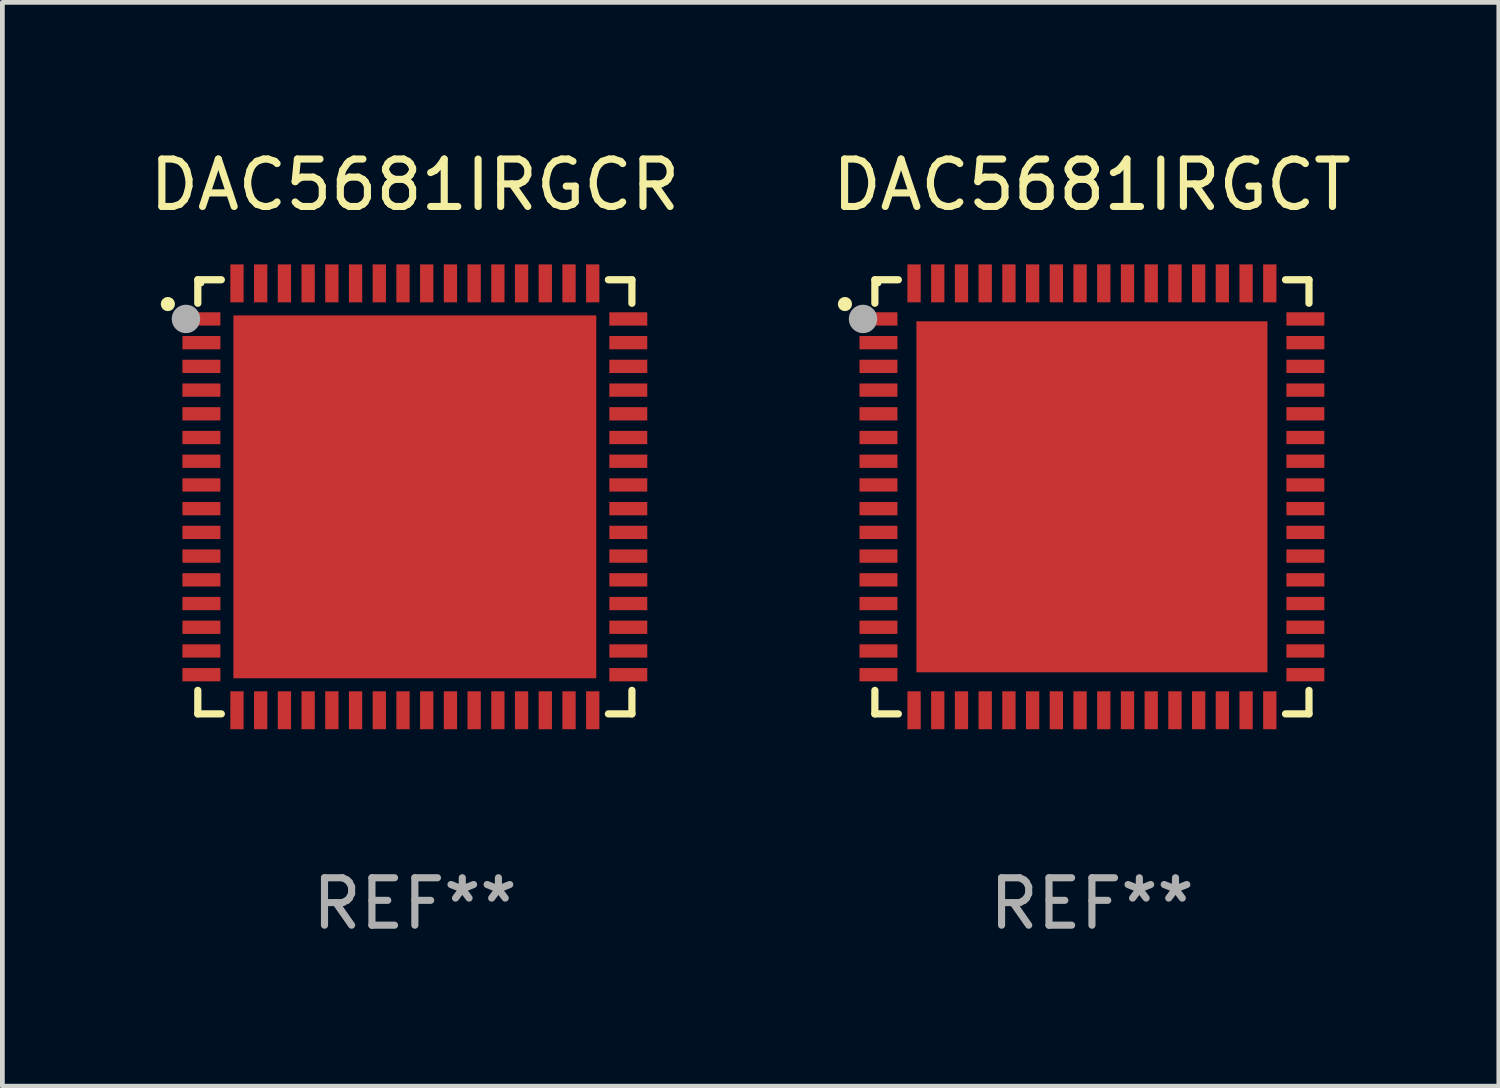
<source format=kicad_pcb>
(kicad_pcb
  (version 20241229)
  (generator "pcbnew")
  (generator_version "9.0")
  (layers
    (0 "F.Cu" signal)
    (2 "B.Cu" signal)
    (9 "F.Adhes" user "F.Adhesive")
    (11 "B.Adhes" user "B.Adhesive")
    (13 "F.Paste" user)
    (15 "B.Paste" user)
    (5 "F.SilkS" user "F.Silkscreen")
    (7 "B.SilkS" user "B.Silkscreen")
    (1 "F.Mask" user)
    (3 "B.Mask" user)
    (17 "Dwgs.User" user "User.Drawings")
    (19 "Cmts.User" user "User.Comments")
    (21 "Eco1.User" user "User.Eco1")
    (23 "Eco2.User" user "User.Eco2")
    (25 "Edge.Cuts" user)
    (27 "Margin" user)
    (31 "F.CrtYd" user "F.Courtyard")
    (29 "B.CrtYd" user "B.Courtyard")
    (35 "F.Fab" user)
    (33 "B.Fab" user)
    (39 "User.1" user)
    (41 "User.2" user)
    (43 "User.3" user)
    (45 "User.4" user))
  (footprint "DAC5681IRGCT"
    (layer "F.Cu")
    (at 19.97 7.424)
    (property "Reference" "DAC5681IRGCT" (at 0 -6.576 0) (layer "F.SilkS") (effects (font (size 1 1) (thickness 0.15))))
    (attr through_hole)
    (fp_line (start -4.576 -4.576) (end -4.576 -4.081) (stroke (width 0.152) (type solid)) (layer "F.SilkS"))
    (fp_line (start -4.576 4.576) (end -4.576 4.081) (stroke (width 0.152) (type solid)) (layer "F.SilkS"))
    (fp_line (start -4.081 -4.576) (end -4.576 -4.576) (stroke (width 0.152) (type solid)) (layer "F.SilkS"))
    (fp_line (start -4.081 4.576) (end -4.576 4.576) (stroke (width 0.152) (type solid)) (layer "F.SilkS"))
    (fp_line (start 4.081 -4.576) (end 4.576 -4.576) (stroke (width 0.152) (type solid)) (layer "F.SilkS"))
    (fp_line (start 4.081 4.576) (end 4.576 4.576) (stroke (width 0.152) (type solid)) (layer "F.SilkS"))
    (fp_line (start 4.576 -4.576) (end 4.576 -4.081) (stroke (width 0.152) (type solid)) (layer "F.SilkS"))
    (fp_line (start 4.576 4.576) (end 4.576 4.081) (stroke (width 0.152) (type solid)) (layer "F.SilkS"))
    (fp_circle (center -5.207 -4.064) (end -5.132 -4.064) (stroke (width 0.15) (type solid)) (fill no) (layer "F.SilkS"))
    (fp_circle (center -4.5 -4.5) (end -4.47 -4.5) (stroke (width 0.06) (type solid)) (fill no) (layer "F.SilkS"))
    (fp_circle (center -4.826 -3.75) (end -4.676 -3.75) (stroke (width 0.3) (type solid)) (fill no) (layer "F.Fab"))
    (fp_text user "REF**" (at 0 8.576 0) (layer "F.Fab") (effects (font (size 1 1) (thickness 0.15))))
    (pad "1" smd rect (at -4.5 -3.75) (size 0.8 0.28) (layers "F.Cu" "F.Mask" "F.Paste"))
    (pad "2" smd rect (at -4.5 -3.25) (size 0.8 0.28) (layers "F.Cu" "F.Mask" "F.Paste"))
    (pad "3" smd rect (at -4.5 -2.75) (size 0.8 0.28) (layers "F.Cu" "F.Mask" "F.Paste"))
    (pad "4" smd rect (at -4.5 -2.25) (size 0.8 0.28) (layers "F.Cu" "F.Mask" "F.Paste"))
    (pad "5" smd rect (at -4.5 -1.75) (size 0.8 0.28) (layers "F.Cu" "F.Mask" "F.Paste"))
    (pad "6" smd rect (at -4.5 -1.25) (size 0.8 0.28) (layers "F.Cu" "F.Mask" "F.Paste"))
    (pad "7" smd rect (at -4.5 -0.75) (size 0.8 0.28) (layers "F.Cu" "F.Mask" "F.Paste"))
    (pad "8" smd rect (at -4.5 -0.25) (size 0.8 0.28) (layers "F.Cu" "F.Mask" "F.Paste"))
    (pad "9" smd rect (at -4.5 0.25) (size 0.8 0.28) (layers "F.Cu" "F.Mask" "F.Paste"))
    (pad "10" smd rect (at -4.5 0.75) (size 0.8 0.28) (layers "F.Cu" "F.Mask" "F.Paste"))
    (pad "11" smd rect (at -4.5 1.25) (size 0.8 0.28) (layers "F.Cu" "F.Mask" "F.Paste"))
    (pad "12" smd rect (at -4.5 1.75) (size 0.8 0.28) (layers "F.Cu" "F.Mask" "F.Paste"))
    (pad "13" smd rect (at -4.5 2.25) (size 0.8 0.28) (layers "F.Cu" "F.Mask" "F.Paste"))
    (pad "14" smd rect (at -4.5 2.75) (size 0.8 0.28) (layers "F.Cu" "F.Mask" "F.Paste"))
    (pad "15" smd rect (at -4.5 3.25) (size 0.8 0.28) (layers "F.Cu" "F.Mask" "F.Paste"))
    (pad "16" smd rect (at -4.5 3.75) (size 0.8 0.28) (layers "F.Cu" "F.Mask" "F.Paste"))
    (pad "17" smd rect (at -3.75 4.5) (size 0.28 0.8) (layers "F.Cu" "F.Mask" "F.Paste"))
    (pad "18" smd rect (at -3.25 4.5) (size 0.28 0.8) (layers "F.Cu" "F.Mask" "F.Paste"))
    (pad "19" smd rect (at -2.75 4.5) (size 0.28 0.8) (layers "F.Cu" "F.Mask" "F.Paste"))
    (pad "20" smd rect (at -2.25 4.5) (size 0.28 0.8) (layers "F.Cu" "F.Mask" "F.Paste"))
    (pad "21" smd rect (at -1.75 4.5) (size 0.28 0.8) (layers "F.Cu" "F.Mask" "F.Paste"))
    (pad "22" smd rect (at -1.25 4.5) (size 0.28 0.8) (layers "F.Cu" "F.Mask" "F.Paste"))
    (pad "23" smd rect (at -0.75 4.5) (size 0.28 0.8) (layers "F.Cu" "F.Mask" "F.Paste"))
    (pad "24" smd rect (at -0.25 4.5) (size 0.28 0.8) (layers "F.Cu" "F.Mask" "F.Paste"))
    (pad "25" smd rect (at 0.25 4.5) (size 0.28 0.8) (layers "F.Cu" "F.Mask" "F.Paste"))
    (pad "26" smd rect (at 0.75 4.5) (size 0.28 0.8) (layers "F.Cu" "F.Mask" "F.Paste"))
    (pad "27" smd rect (at 1.25 4.5) (size 0.28 0.8) (layers "F.Cu" "F.Mask" "F.Paste"))
    (pad "28" smd rect (at 1.75 4.5) (size 0.28 0.8) (layers "F.Cu" "F.Mask" "F.Paste"))
    (pad "29" smd rect (at 2.25 4.5) (size 0.28 0.8) (layers "F.Cu" "F.Mask" "F.Paste"))
    (pad "30" smd rect (at 2.75 4.5) (size 0.28 0.8) (layers "F.Cu" "F.Mask" "F.Paste"))
    (pad "31" smd rect (at 3.25 4.5) (size 0.28 0.8) (layers "F.Cu" "F.Mask" "F.Paste"))
    (pad "32" smd rect (at 3.75 4.5) (size 0.28 0.8) (layers "F.Cu" "F.Mask" "F.Paste"))
    (pad "33" smd rect (at 4.5 3.75) (size 0.8 0.28) (layers "F.Cu" "F.Mask" "F.Paste"))
    (pad "34" smd rect (at 4.5 3.25) (size 0.8 0.28) (layers "F.Cu" "F.Mask" "F.Paste"))
    (pad "35" smd rect (at 4.5 2.75) (size 0.8 0.28) (layers "F.Cu" "F.Mask" "F.Paste"))
    (pad "36" smd rect (at 4.5 2.25) (size 0.8 0.28) (layers "F.Cu" "F.Mask" "F.Paste"))
    (pad "37" smd rect (at 4.5 1.75) (size 0.8 0.28) (layers "F.Cu" "F.Mask" "F.Paste"))
    (pad "38" smd rect (at 4.5 1.25) (size 0.8 0.28) (layers "F.Cu" "F.Mask" "F.Paste"))
    (pad "39" smd rect (at 4.5 0.75) (size 0.8 0.28) (layers "F.Cu" "F.Mask" "F.Paste"))
    (pad "40" smd rect (at 4.5 0.25) (size 0.8 0.28) (layers "F.Cu" "F.Mask" "F.Paste"))
    (pad "41" smd rect (at 4.5 -0.25) (size 0.8 0.28) (layers "F.Cu" "F.Mask" "F.Paste"))
    (pad "42" smd rect (at 4.5 -0.75) (size 0.8 0.28) (layers "F.Cu" "F.Mask" "F.Paste"))
    (pad "43" smd rect (at 4.5 -1.25) (size 0.8 0.28) (layers "F.Cu" "F.Mask" "F.Paste"))
    (pad "44" smd rect (at 4.5 -1.75) (size 0.8 0.28) (layers "F.Cu" "F.Mask" "F.Paste"))
    (pad "45" smd rect (at 4.5 -2.25) (size 0.8 0.28) (layers "F.Cu" "F.Mask" "F.Paste"))
    (pad "46" smd rect (at 4.5 -2.75) (size 0.8 0.28) (layers "F.Cu" "F.Mask" "F.Paste"))
    (pad "47" smd rect (at 4.5 -3.25) (size 0.8 0.28) (layers "F.Cu" "F.Mask" "F.Paste"))
    (pad "48" smd rect (at 4.5 -3.75) (size 0.8 0.28) (layers "F.Cu" "F.Mask" "F.Paste"))
    (pad "49" smd rect (at 3.75 -4.5) (size 0.28 0.8) (layers "F.Cu" "F.Mask" "F.Paste"))
    (pad "50" smd rect (at 3.25 -4.5) (size 0.28 0.8) (layers "F.Cu" "F.Mask" "F.Paste"))
    (pad "51" smd rect (at 2.75 -4.5) (size 0.28 0.8) (layers "F.Cu" "F.Mask" "F.Paste"))
    (pad "52" smd rect (at 2.25 -4.5) (size 0.28 0.8) (layers "F.Cu" "F.Mask" "F.Paste"))
    (pad "53" smd rect (at 1.75 -4.5) (size 0.28 0.8) (layers "F.Cu" "F.Mask" "F.Paste"))
    (pad "54" smd rect (at 1.25 -4.5) (size 0.28 0.8) (layers "F.Cu" "F.Mask" "F.Paste"))
    (pad "55" smd rect (at 0.75 -4.5) (size 0.28 0.8) (layers "F.Cu" "F.Mask" "F.Paste"))
    (pad "56" smd rect (at 0.25 -4.5) (size 0.28 0.8) (layers "F.Cu" "F.Mask" "F.Paste"))
    (pad "57" smd rect (at -0.25 -4.5) (size 0.28 0.8) (layers "F.Cu" "F.Mask" "F.Paste"))
    (pad "58" smd rect (at -0.75 -4.5) (size 0.28 0.8) (layers "F.Cu" "F.Mask" "F.Paste"))
    (pad "59" smd rect (at -1.25 -4.5) (size 0.28 0.8) (layers "F.Cu" "F.Mask" "F.Paste"))
    (pad "60" smd rect (at -1.75 -4.5) (size 0.28 0.8) (layers "F.Cu" "F.Mask" "F.Paste"))
    (pad "61" smd rect (at -2.25 -4.5) (size 0.28 0.8) (layers "F.Cu" "F.Mask" "F.Paste"))
    (pad "62" smd rect (at -2.75 -4.5) (size 0.28 0.8) (layers "F.Cu" "F.Mask" "F.Paste"))
    (pad "63" smd rect (at -3.25 -4.5) (size 0.28 0.8) (layers "F.Cu" "F.Mask" "F.Paste"))
    (pad "64" smd rect (at -3.75 -4.5) (size 0.28 0.8) (layers "F.Cu" "F.Mask" "F.Paste"))
    (pad "65" smd rect (at 0 0) (size 7.4 7.4) (layers "F.Cu" "F.Mask" "F.Paste")))
  (footprint "DAC5681IRGCR"
    (layer "F.Cu")
    (at 5.696 7.424)
    (property "Reference" "DAC5681IRGCR" (at 0 -6.576 0) (layer "F.SilkS") (effects (font (size 1 1) (thickness 0.15))))
    (attr through_hole)
    (fp_line (start -4.576 -4.576) (end -4.576 -4.08) (stroke (width 0.152) (type solid)) (layer "F.SilkS"))
    (fp_line (start -4.576 4.576) (end -4.576 4.08) (stroke (width 0.152) (type solid)) (layer "F.SilkS"))
    (fp_line (start -4.08 -4.576) (end -4.576 -4.576) (stroke (width 0.152) (type solid)) (layer "F.SilkS"))
    (fp_line (start -4.08 4.576) (end -4.576 4.576) (stroke (width 0.152) (type solid)) (layer "F.SilkS"))
    (fp_line (start 4.08 -4.576) (end 4.576 -4.576) (stroke (width 0.152) (type solid)) (layer "F.SilkS"))
    (fp_line (start 4.08 4.576) (end 4.576 4.576) (stroke (width 0.152) (type solid)) (layer "F.SilkS"))
    (fp_line (start 4.576 -4.576) (end 4.576 -4.08) (stroke (width 0.152) (type solid)) (layer "F.SilkS"))
    (fp_line (start 4.576 4.576) (end 4.576 4.08) (stroke (width 0.152) (type solid)) (layer "F.SilkS"))
    (fp_circle (center -5.207 -4.064) (end -5.132 -4.064) (stroke (width 0.15) (type solid)) (fill no) (layer "F.SilkS"))
    (fp_circle (center -4.5 -4.5) (end -4.47 -4.5) (stroke (width 0.06) (type solid)) (fill no) (layer "F.SilkS"))
    (fp_circle (center -4.826 -3.75) (end -4.676 -3.75) (stroke (width 0.3) (type solid)) (fill no) (layer "F.Fab"))
    (fp_text user "REF**" (at 0 8.576 0) (layer "F.Fab") (effects (font (size 1 1) (thickness 0.15))))
    (pad "1" smd rect (at -4.5 -3.75) (size 0.8 0.28) (layers "F.Cu" "F.Mask" "F.Paste"))
    (pad "2" smd rect (at -4.5 -3.25) (size 0.8 0.28) (layers "F.Cu" "F.Mask" "F.Paste"))
    (pad "3" smd rect (at -4.5 -2.75) (size 0.8 0.28) (layers "F.Cu" "F.Mask" "F.Paste"))
    (pad "4" smd rect (at -4.5 -2.25) (size 0.8 0.28) (layers "F.Cu" "F.Mask" "F.Paste"))
    (pad "5" smd rect (at -4.5 -1.75) (size 0.8 0.28) (layers "F.Cu" "F.Mask" "F.Paste"))
    (pad "6" smd rect (at -4.5 -1.25) (size 0.8 0.28) (layers "F.Cu" "F.Mask" "F.Paste"))
    (pad "7" smd rect (at -4.5 -0.75) (size 0.8 0.28) (layers "F.Cu" "F.Mask" "F.Paste"))
    (pad "8" smd rect (at -4.5 -0.25) (size 0.8 0.28) (layers "F.Cu" "F.Mask" "F.Paste"))
    (pad "9" smd rect (at -4.5 0.25) (size 0.8 0.28) (layers "F.Cu" "F.Mask" "F.Paste"))
    (pad "10" smd rect (at -4.5 0.75) (size 0.8 0.28) (layers "F.Cu" "F.Mask" "F.Paste"))
    (pad "11" smd rect (at -4.5 1.25) (size 0.8 0.28) (layers "F.Cu" "F.Mask" "F.Paste"))
    (pad "12" smd rect (at -4.5 1.75) (size 0.8 0.28) (layers "F.Cu" "F.Mask" "F.Paste"))
    (pad "13" smd rect (at -4.5 2.25) (size 0.8 0.28) (layers "F.Cu" "F.Mask" "F.Paste"))
    (pad "14" smd rect (at -4.5 2.75) (size 0.8 0.28) (layers "F.Cu" "F.Mask" "F.Paste"))
    (pad "15" smd rect (at -4.5 3.25) (size 0.8 0.28) (layers "F.Cu" "F.Mask" "F.Paste"))
    (pad "16" smd rect (at -4.5 3.75) (size 0.8 0.28) (layers "F.Cu" "F.Mask" "F.Paste"))
    (pad "17" smd rect (at -3.75 4.5) (size 0.28 0.8) (layers "F.Cu" "F.Mask" "F.Paste"))
    (pad "18" smd rect (at -3.25 4.5) (size 0.28 0.8) (layers "F.Cu" "F.Mask" "F.Paste"))
    (pad "19" smd rect (at -2.75 4.5) (size 0.28 0.8) (layers "F.Cu" "F.Mask" "F.Paste"))
    (pad "20" smd rect (at -2.25 4.5) (size 0.28 0.8) (layers "F.Cu" "F.Mask" "F.Paste"))
    (pad "21" smd rect (at -1.75 4.5) (size 0.28 0.8) (layers "F.Cu" "F.Mask" "F.Paste"))
    (pad "22" smd rect (at -1.25 4.5) (size 0.28 0.8) (layers "F.Cu" "F.Mask" "F.Paste"))
    (pad "23" smd rect (at -0.75 4.5) (size 0.28 0.8) (layers "F.Cu" "F.Mask" "F.Paste"))
    (pad "24" smd rect (at -0.25 4.5) (size 0.28 0.8) (layers "F.Cu" "F.Mask" "F.Paste"))
    (pad "25" smd rect (at 0.25 4.5) (size 0.28 0.8) (layers "F.Cu" "F.Mask" "F.Paste"))
    (pad "26" smd rect (at 0.75 4.5) (size 0.28 0.8) (layers "F.Cu" "F.Mask" "F.Paste"))
    (pad "27" smd rect (at 1.25 4.5) (size 0.28 0.8) (layers "F.Cu" "F.Mask" "F.Paste"))
    (pad "28" smd rect (at 1.75 4.5) (size 0.28 0.8) (layers "F.Cu" "F.Mask" "F.Paste"))
    (pad "29" smd rect (at 2.25 4.5) (size 0.28 0.8) (layers "F.Cu" "F.Mask" "F.Paste"))
    (pad "30" smd rect (at 2.75 4.5) (size 0.28 0.8) (layers "F.Cu" "F.Mask" "F.Paste"))
    (pad "31" smd rect (at 3.25 4.5) (size 0.28 0.8) (layers "F.Cu" "F.Mask" "F.Paste"))
    (pad "32" smd rect (at 3.75 4.5) (size 0.28 0.8) (layers "F.Cu" "F.Mask" "F.Paste"))
    (pad "33" smd rect (at 4.5 3.75) (size 0.8 0.28) (layers "F.Cu" "F.Mask" "F.Paste"))
    (pad "34" smd rect (at 4.5 3.25) (size 0.8 0.28) (layers "F.Cu" "F.Mask" "F.Paste"))
    (pad "35" smd rect (at 4.5 2.75) (size 0.8 0.28) (layers "F.Cu" "F.Mask" "F.Paste"))
    (pad "36" smd rect (at 4.5 2.25) (size 0.8 0.28) (layers "F.Cu" "F.Mask" "F.Paste"))
    (pad "37" smd rect (at 4.5 1.75) (size 0.8 0.28) (layers "F.Cu" "F.Mask" "F.Paste"))
    (pad "38" smd rect (at 4.5 1.25) (size 0.8 0.28) (layers "F.Cu" "F.Mask" "F.Paste"))
    (pad "39" smd rect (at 4.5 0.75) (size 0.8 0.28) (layers "F.Cu" "F.Mask" "F.Paste"))
    (pad "40" smd rect (at 4.5 0.25) (size 0.8 0.28) (layers "F.Cu" "F.Mask" "F.Paste"))
    (pad "41" smd rect (at 4.5 -0.25) (size 0.8 0.28) (layers "F.Cu" "F.Mask" "F.Paste"))
    (pad "42" smd rect (at 4.5 -0.75) (size 0.8 0.28) (layers "F.Cu" "F.Mask" "F.Paste"))
    (pad "43" smd rect (at 4.5 -1.25) (size 0.8 0.28) (layers "F.Cu" "F.Mask" "F.Paste"))
    (pad "44" smd rect (at 4.5 -1.75) (size 0.8 0.28) (layers "F.Cu" "F.Mask" "F.Paste"))
    (pad "45" smd rect (at 4.5 -2.25) (size 0.8 0.28) (layers "F.Cu" "F.Mask" "F.Paste"))
    (pad "46" smd rect (at 4.5 -2.75) (size 0.8 0.28) (layers "F.Cu" "F.Mask" "F.Paste"))
    (pad "47" smd rect (at 4.5 -3.25) (size 0.8 0.28) (layers "F.Cu" "F.Mask" "F.Paste"))
    (pad "48" smd rect (at 4.5 -3.75) (size 0.8 0.28) (layers "F.Cu" "F.Mask" "F.Paste"))
    (pad "49" smd rect (at 3.75 -4.5) (size 0.28 0.8) (layers "F.Cu" "F.Mask" "F.Paste"))
    (pad "50" smd rect (at 3.25 -4.5) (size 0.28 0.8) (layers "F.Cu" "F.Mask" "F.Paste"))
    (pad "51" smd rect (at 2.75 -4.5) (size 0.28 0.8) (layers "F.Cu" "F.Mask" "F.Paste"))
    (pad "52" smd rect (at 2.25 -4.5) (size 0.28 0.8) (layers "F.Cu" "F.Mask" "F.Paste"))
    (pad "53" smd rect (at 1.75 -4.5) (size 0.28 0.8) (layers "F.Cu" "F.Mask" "F.Paste"))
    (pad "54" smd rect (at 1.25 -4.5) (size 0.28 0.8) (layers "F.Cu" "F.Mask" "F.Paste"))
    (pad "55" smd rect (at 0.75 -4.5) (size 0.28 0.8) (layers "F.Cu" "F.Mask" "F.Paste"))
    (pad "56" smd rect (at 0.25 -4.5) (size 0.28 0.8) (layers "F.Cu" "F.Mask" "F.Paste"))
    (pad "57" smd rect (at -0.25 -4.5) (size 0.28 0.8) (layers "F.Cu" "F.Mask" "F.Paste"))
    (pad "58" smd rect (at -0.75 -4.5) (size 0.28 0.8) (layers "F.Cu" "F.Mask" "F.Paste"))
    (pad "59" smd rect (at -1.25 -4.5) (size 0.28 0.8) (layers "F.Cu" "F.Mask" "F.Paste"))
    (pad "60" smd rect (at -1.75 -4.5) (size 0.28 0.8) (layers "F.Cu" "F.Mask" "F.Paste"))
    (pad "61" smd rect (at -2.25 -4.5) (size 0.28 0.8) (layers "F.Cu" "F.Mask" "F.Paste"))
    (pad "62" smd rect (at -2.75 -4.5) (size 0.28 0.8) (layers "F.Cu" "F.Mask" "F.Paste"))
    (pad "63" smd rect (at -3.25 -4.5) (size 0.28 0.8) (layers "F.Cu" "F.Mask" "F.Paste"))
    (pad "64" smd rect (at -3.75 -4.5) (size 0.28 0.8) (layers "F.Cu" "F.Mask" "F.Paste"))
    (pad "65" smd rect (at 0 0) (size 7.65 7.65) (layers "F.Cu" "F.Mask" "F.Paste")))
  (gr_rect
    (start -3 -3)
    (end 28.548 19.849)
    (stroke (width 0.1) (type default))
    (fill no)
    (layer "Edge.Cuts")))
</source>
